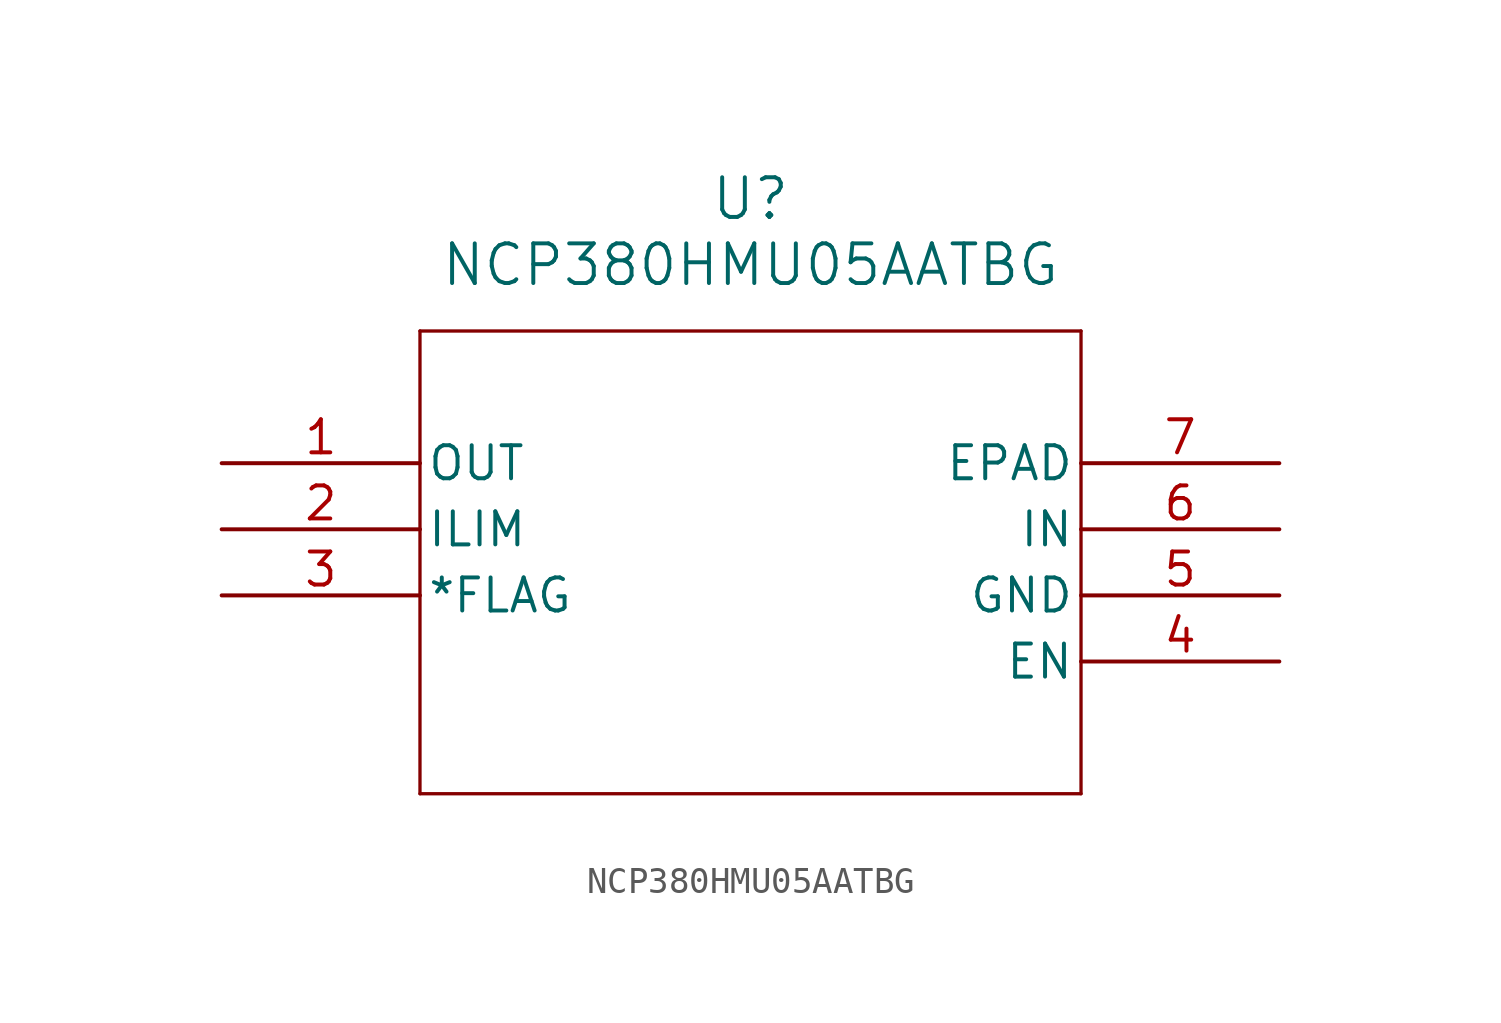
<source format=kicad_sym>
(kicad_symbol_lib
  (version 20211014)
  (generator kicad_symbol_editor)
  (symbol "NCP380HMU05AATBG"
    (pin_names
      (offset 0.254))
    (property "Reference" "U"
      (at 20.32 10.16 0)
      (effects (font (size 1.524 1.524))))
    (property "Value" "NCP380HMU05AATBG"
      (at 20.32 7.62 0)
      (effects (font (size 1.524 1.524))))
    (symbol "NCP380HMU05AATBG_0_1"
      (polyline (pts (xy 7.62 5.08) (xy 7.62 -12.7)) (stroke (width 0.127) (type default) (color 0 0 0 0)) (fill (type none)))
      (polyline (pts (xy 7.62 -12.7) (xy 33.02 -12.7)) (stroke (width 0.127) (type default) (color 0 0 0 0)) (fill (type none)))
      (polyline (pts (xy 33.02 -12.7) (xy 33.02 5.08)) (stroke (width 0.127) (type default) (color 0 0 0 0)) (fill (type none)))
      (polyline (pts (xy 33.02 5.08) (xy 7.62 5.08)) (stroke (width 0.127) (type default) (color 0 0 0 0)) (fill (type none)))
      (pin output line (at 0 0 0) (length 7.62) (name "OUT" (effects (font (size 1.27 1.27)))) (number "1" (effects (font (size 1.27 1.27)))))
      (pin input line (at 0 -2.54 0) (length 7.62) (name "ILIM" (effects (font (size 1.27 1.27)))) (number "2" (effects (font (size 1.27 1.27)))))
      (pin output line (at 0 -5.08 0) (length 7.62) (name "*FLAG" (effects (font (size 1.27 1.27)))) (number "3" (effects (font (size 1.27 1.27)))))
      (pin input line (at 40.64 -7.62 180) (length 7.62) (name "EN" (effects (font (size 1.27 1.27)))) (number "4" (effects (font (size 1.27 1.27)))))
      (pin power_in line (at 40.64 -5.08 180) (length 7.62) (name "GND" (effects (font (size 1.27 1.27)))) (number "5" (effects (font (size 1.27 1.27)))))
      (pin input line (at 40.64 -2.54 180) (length 7.62) (name "IN" (effects (font (size 1.27 1.27)))) (number "6" (effects (font (size 1.27 1.27)))))
      (pin unspecified line (at 40.64 0 180) (length 7.62) (name "EPAD" (effects (font (size 1.27 1.27)))) (number "7" (effects (font (size 1.27 1.27))))))))
</source>
